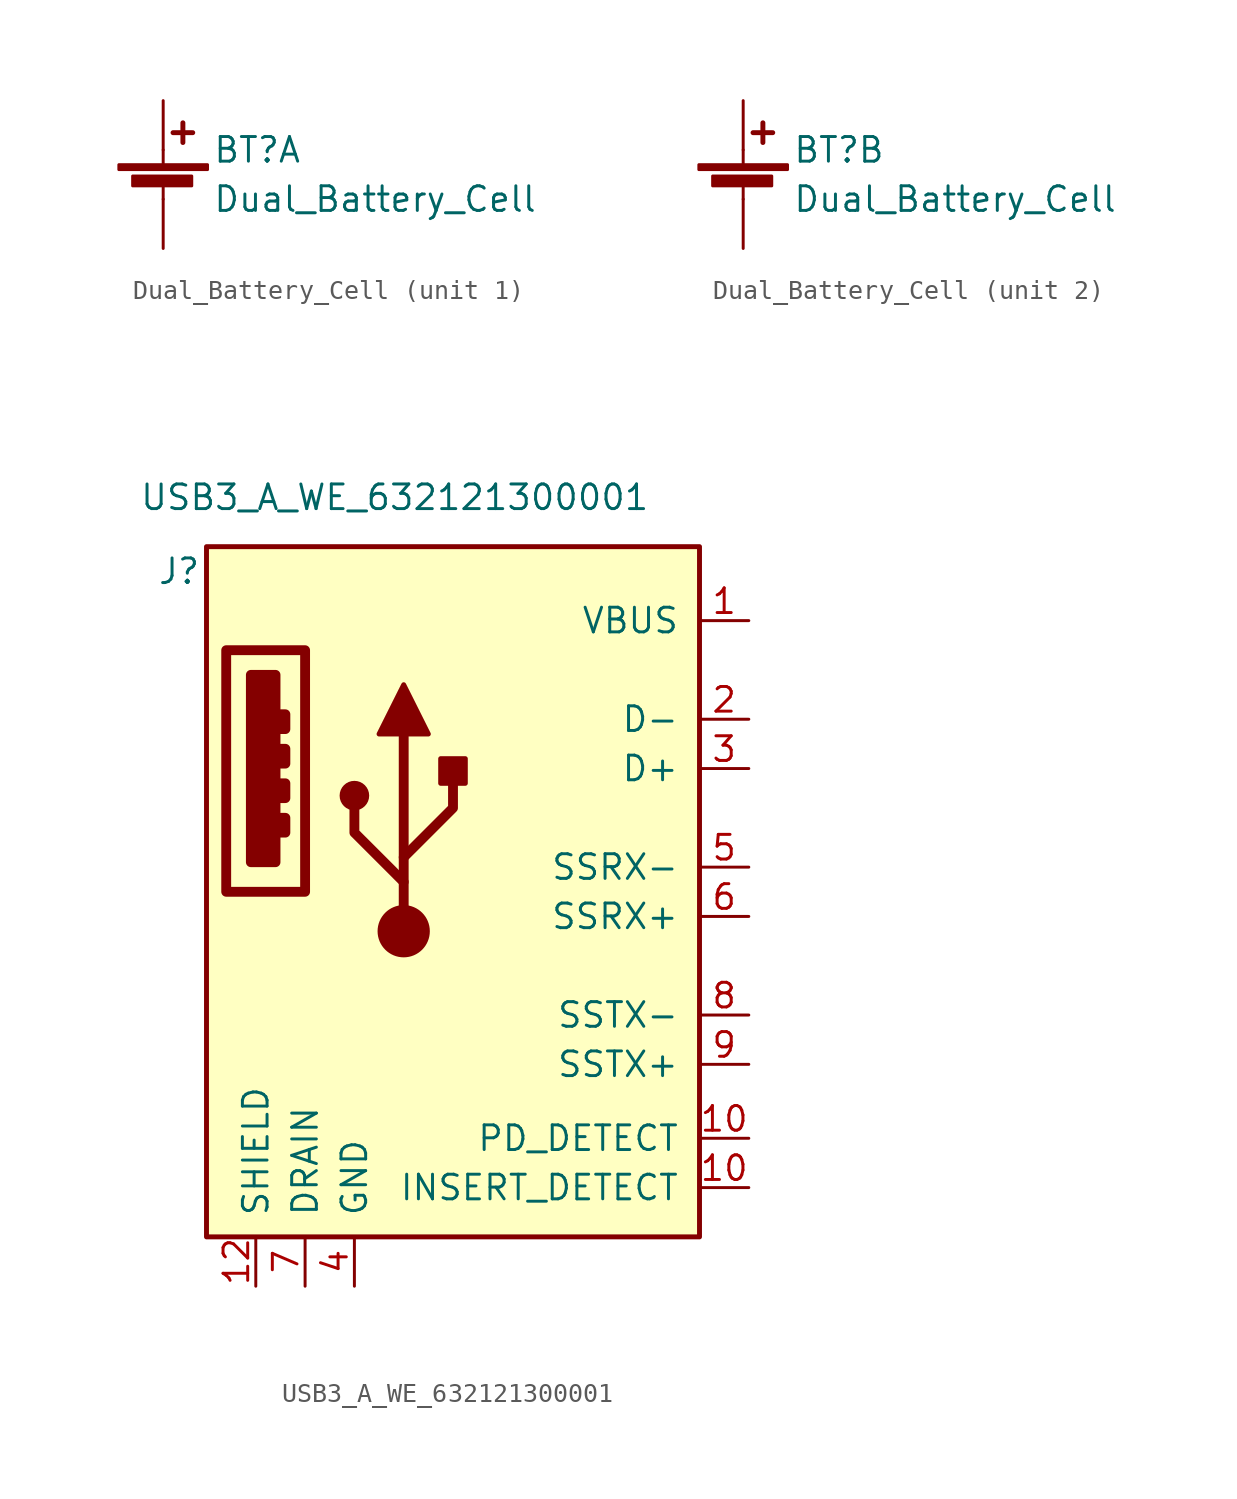
<source format=kicad_sym>
(kicad_symbol_lib
  (version 20211014)
  (generator kicad_symbol_editor)
  (symbol "Dual_Battery_Cell"
    (pin_numbers hide)
    (pin_names
      (offset 0) hide)
    (property "Reference" "BT"
      (at 2.54 2.54 0)
      (effects (font (size 1.27 1.27)) (justify left)))
    (property "Value" "Dual_Battery_Cell"
      (at 2.54 0 0)
      (effects (font (size 1.27 1.27)) (justify left)))
    (property "ki_locked" ""
      (at 0 0 0)
      (effects (font (size 1.27 1.27))))
    (symbol "Dual_Battery_Cell_0_1"
      (rectangle (start -2.286 1.778) (end 2.286 1.524) (stroke (width 0) (type default) (color 0 0 0 0)) (fill (type outline)))
      (rectangle (start -1.575 1.194) (end 1.473 0.686) (stroke (width 0) (type default) (color 0 0 0 0)) (fill (type outline)))
      (polyline (pts (xy 0 0.762) (xy 0 0)) (stroke (width 0) (type default) (color 0 0 0 0)) (fill (type none)))
      (polyline (pts (xy 0 1.778) (xy 0 2.54)) (stroke (width 0) (type default) (color 0 0 0 0)) (fill (type none)))
      (polyline (pts (xy 0.508 3.429) (xy 1.524 3.429)) (stroke (width 0.254) (type default) (color 0 0 0 0)) (fill (type none)))
      (polyline (pts (xy 1.016 3.937) (xy 1.016 2.921)) (stroke (width 0.254) (type default) (color 0 0 0 0)) (fill (type none))))
    (symbol "Dual_Battery_Cell_1_1"
      (pin passive line (at 0 5.08 270) (length 2.54) (name "+" (effects (font (size 1.27 1.27)))) (number "1" (effects (font (size 1.27 1.27)))))
      (pin passive line (at 0 -2.54 90) (length 2.54) (name "-" (effects (font (size 1.27 1.27)))) (number "2" (effects (font (size 1.27 1.27))))))
    (symbol "Dual_Battery_Cell_2_1"
      (pin passive line (at 0 5.08 270) (length 2.54) (name "+" (effects (font (size 1.27 1.27)))) (number "3" (effects (font (size 1.27 1.27)))))
      (pin passive line (at 0 -2.54 90) (length 2.54) (name "-" (effects (font (size 1.27 1.27)))) (number "4" (effects (font (size 1.27 1.27)))))))
  (symbol "USB3_A_WE_632121300001"
    (pin_names
      (offset 1.016))
    (property "Reference" "J"
      (at -12.7 12.7 0)
      (effects (font (size 1.27 1.27)) (justify left)))
    (property "Value" "USB3_A_WE_632121300001"
      (at 12.7 16.51 0)
      (effects (font (size 1.27 1.27)) (justify right)))
    (symbol "USB3_A_WE_632121300001_0_0"
      (rectangle (start -9.144 8.636) (end -5.08 -3.81) (stroke (width 0.508) (type default) (color 0 0 0 0)) (fill (type none)))
      (rectangle (start -7.874 7.366) (end -6.604 -2.286) (stroke (width 0.508) (type default) (color 0 0 0 0)) (fill (type outline)))
      (rectangle (start -6.35 0) (end -6.096 -0.762) (stroke (width 0.508) (type default) (color 0 0 0 0)) (fill (type none)))
      (rectangle (start -6.35 1.778) (end -6.096 1.016) (stroke (width 0.508) (type default) (color 0 0 0 0)) (fill (type none)))
      (rectangle (start -6.35 3.556) (end -6.096 2.794) (stroke (width 0.508) (type default) (color 0 0 0 0)) (fill (type none)))
      (rectangle (start -6.35 5.334) (end -6.096 4.572) (stroke (width 0.508) (type default) (color 0 0 0 0)) (fill (type none))))
    (symbol "USB3_A_WE_632121300001_0_1"
      (rectangle (start -10.16 13.97) (end 15.24 -21.59) (stroke (width 0.254) (type default) (color 0 0 0 0)) (fill (type background))))
    (symbol "USB3_A_WE_632121300001_1_1"
      (circle (center -2.54 1.143) (radius 0.635) (stroke (width 0.254) (type default) (color 0 0 0 0)) (fill (type outline)))
      (circle (center 0 -5.842) (radius 1.27) (stroke (width 0) (type default) (color 0 0 0 0)) (fill (type outline)))
      (polyline (pts (xy 0 -5.842) (xy 0 4.318)) (stroke (width 0.508) (type default) (color 0 0 0 0)) (fill (type none)))
      (polyline (pts (xy 0 -3.302) (xy -2.54 -0.762) (xy -2.54 0.508)) (stroke (width 0.508) (type default) (color 0 0 0 0)) (fill (type none)))
      (polyline (pts (xy 0 -2.032) (xy 2.54 0.508) (xy 2.54 1.778)) (stroke (width 0.508) (type default) (color 0 0 0 0)) (fill (type none)))
      (polyline (pts (xy -1.27 4.318) (xy 0 6.858) (xy 1.27 4.318) (xy -1.27 4.318)) (stroke (width 0.254) (type default) (color 0 0 0 0)) (fill (type outline)))
      (rectangle (start 1.905 1.778) (end 3.175 3.048) (stroke (width 0.254) (type default) (color 0 0 0 0)) (fill (type outline)))
      (pin power_in line (at 17.78 10.16 180) (length 2.54) (name "VBUS" (effects (font (size 1.27 1.27)))) (number "1" (effects (font (size 1.27 1.27)))))
      (pin passive line (at 17.78 -19.05 180) (length 2.54) (name "INSERT_DETECT" (effects (font (size 1.27 1.27)))) (number "10" (effects (font (size 1.27 1.27)))))
      (pin passive line (at 17.78 -16.51 180) (length 2.54) (name "PD_DETECT" (effects (font (size 1.27 1.27)))) (number "10" (effects (font (size 1.27 1.27)))))
      (pin passive line (at -7.62 -24.13 90) (length 2.54) (name "SHIELD" (effects (font (size 1.27 1.27)))) (number "12" (effects (font (size 1.27 1.27)))))
      (pin passive line (at -7.62 -24.13 90) (length 2.54) hide (name "SHIELD" (effects (font (size 1.27 1.27)))) (number "13" (effects (font (size 1.27 1.27)))))
      (pin bidirectional line (at 17.78 5.08 180) (length 2.54) (name "D-" (effects (font (size 1.27 1.27)))) (number "2" (effects (font (size 1.27 1.27)))))
      (pin bidirectional line (at 17.78 2.54 180) (length 2.54) (name "D+" (effects (font (size 1.27 1.27)))) (number "3" (effects (font (size 1.27 1.27)))))
      (pin power_in line (at -2.54 -24.13 90) (length 2.54) (name "GND" (effects (font (size 1.27 1.27)))) (number "4" (effects (font (size 1.27 1.27)))))
      (pin output line (at 17.78 -2.54 180) (length 2.54) (name "SSRX-" (effects (font (size 1.27 1.27)))) (number "5" (effects (font (size 1.27 1.27)))))
      (pin output line (at 17.78 -5.08 180) (length 2.54) (name "SSRX+" (effects (font (size 1.27 1.27)))) (number "6" (effects (font (size 1.27 1.27)))))
      (pin passive line (at -5.08 -24.13 90) (length 2.54) (name "DRAIN" (effects (font (size 1.27 1.27)))) (number "7" (effects (font (size 1.27 1.27)))))
      (pin input line (at 17.78 -10.16 180) (length 2.54) (name "SSTX-" (effects (font (size 1.27 1.27)))) (number "8" (effects (font (size 1.27 1.27)))))
      (pin input line (at 17.78 -12.7 180) (length 2.54) (name "SSTX+" (effects (font (size 1.27 1.27)))) (number "9" (effects (font (size 1.27 1.27))))))))
</source>
